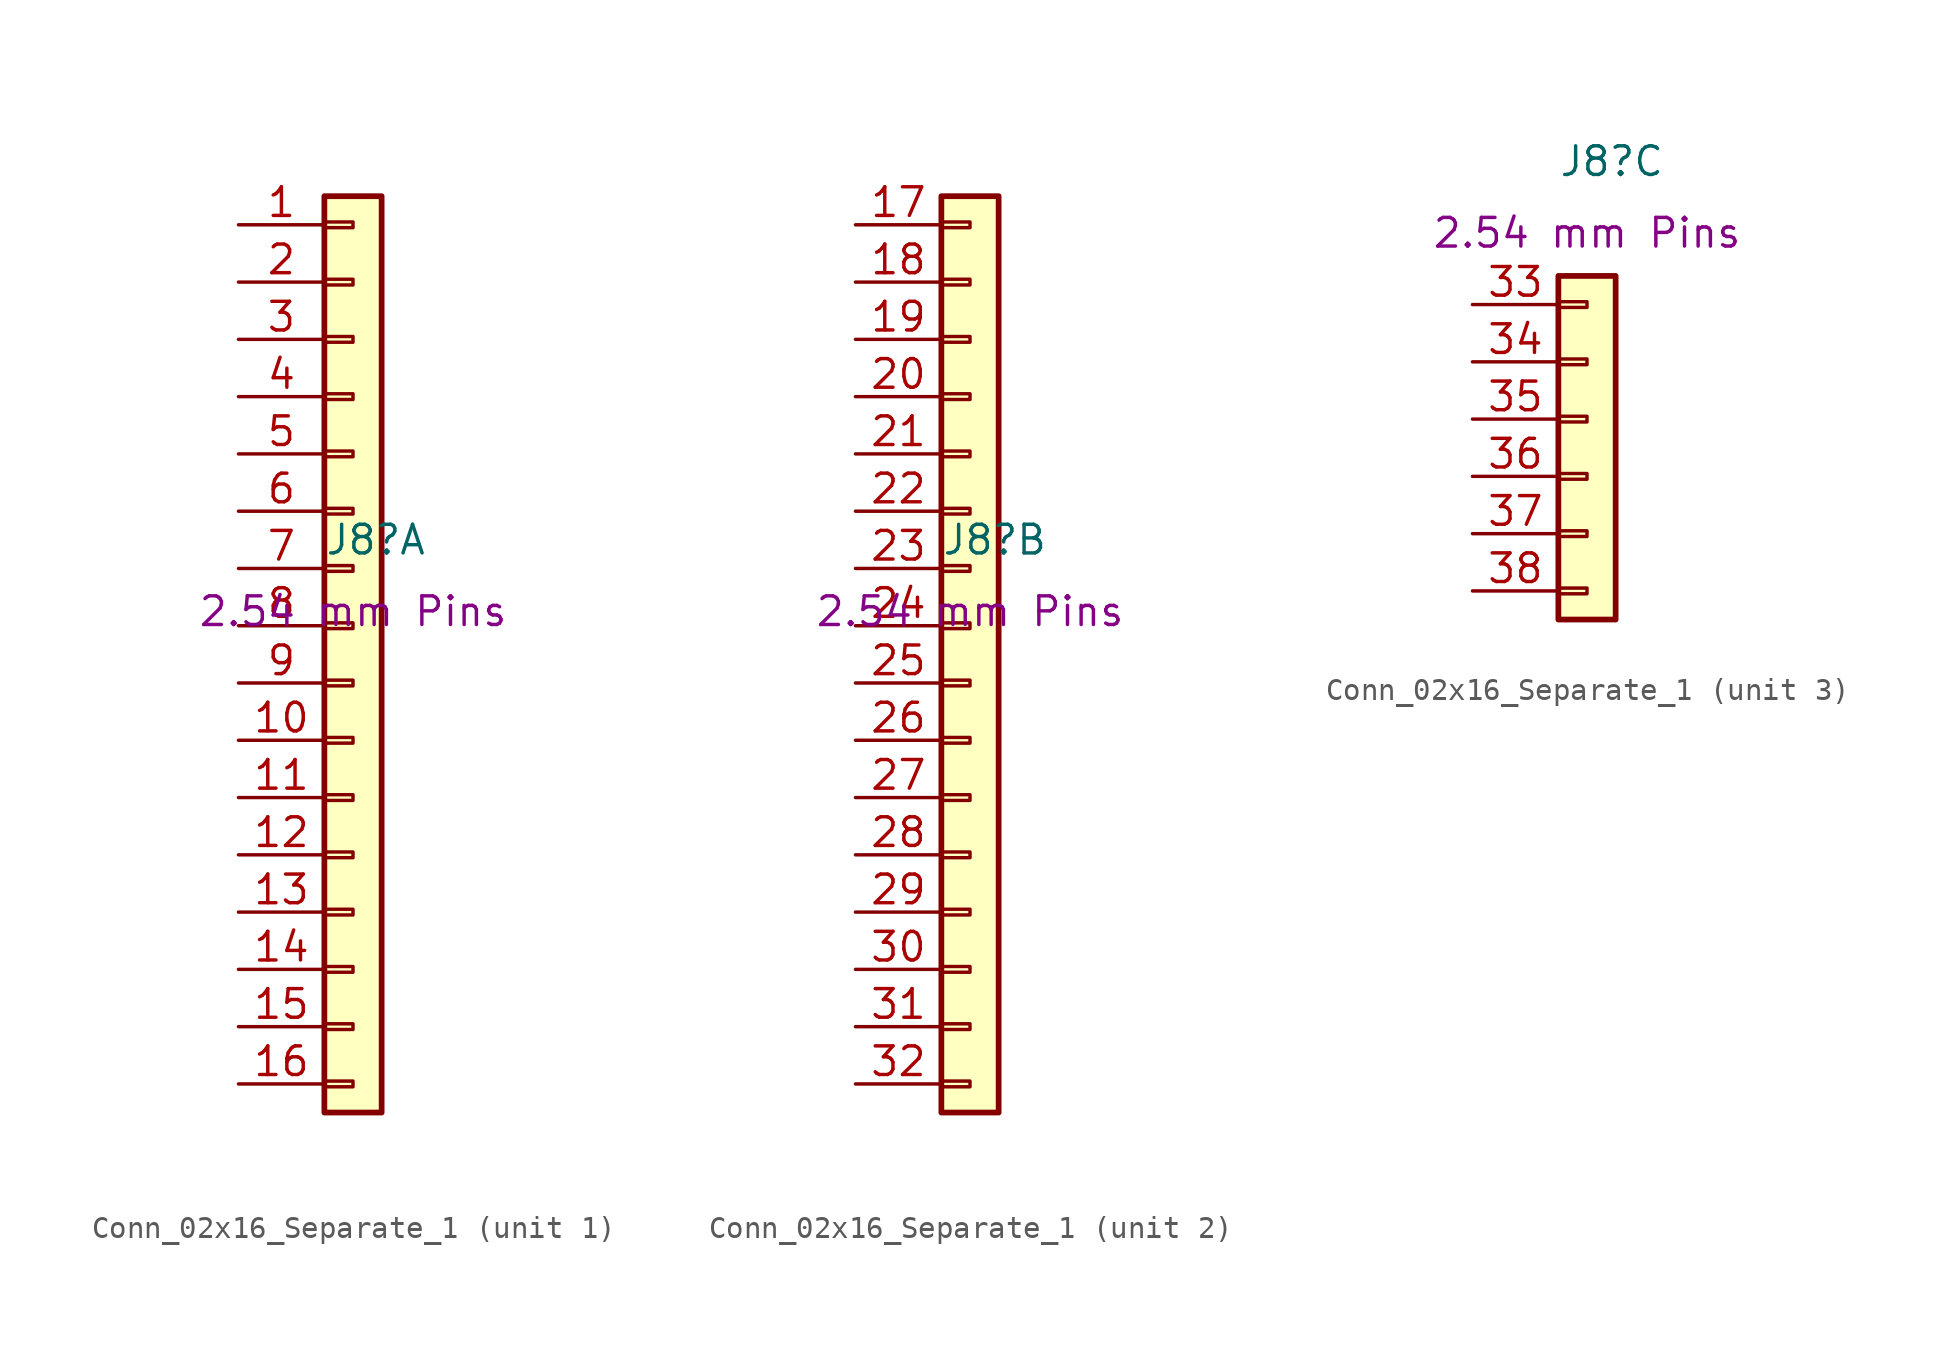
<source format=kicad_sym>
(kicad_symbol_lib
  (version 20211014)
  (generator kicad_symbol_editor)
  (symbol "Conn_02x16_Separate_1"
    (property "Reference" "J8"
      (at -1.27 5.08 0)
      (effects (font (size 1.27 1.27)) (justify left)))
    (property "Field4" "2.54 mm Pins"
      (at 0 1.905 0)
      (effects (font (size 1.27 1.27))))
    (property "ki_locked" ""
      (at 0 0 0)
      (effects (font (size 1.27 1.27))))
    (symbol "Conn_02x16_Separate_1_1_1"
      (rectangle (start -1.27 -18.923) (end 0 -19.177) (stroke (width 0.152) (type default) (color 0 0 0 0)) (fill (type none)))
      (rectangle (start -1.27 -16.383) (end 0 -16.637) (stroke (width 0.152) (type default) (color 0 0 0 0)) (fill (type none)))
      (rectangle (start -1.27 -13.843) (end 0 -14.097) (stroke (width 0.152) (type default) (color 0 0 0 0)) (fill (type none)))
      (rectangle (start -1.27 -11.303) (end 0 -11.557) (stroke (width 0.152) (type default) (color 0 0 0 0)) (fill (type none)))
      (rectangle (start -1.27 -8.763) (end 0 -9.017) (stroke (width 0.152) (type default) (color 0 0 0 0)) (fill (type none)))
      (rectangle (start -1.27 -6.223) (end 0 -6.477) (stroke (width 0.152) (type default) (color 0 0 0 0)) (fill (type none)))
      (rectangle (start -1.27 -3.683) (end 0 -3.937) (stroke (width 0.152) (type default) (color 0 0 0 0)) (fill (type none)))
      (rectangle (start -1.27 -1.143) (end 0 -1.397) (stroke (width 0.152) (type default) (color 0 0 0 0)) (fill (type none)))
      (rectangle (start -1.27 1.397) (end 0 1.143) (stroke (width 0.152) (type default) (color 0 0 0 0)) (fill (type none)))
      (rectangle (start -1.27 3.937) (end 0 3.683) (stroke (width 0.152) (type default) (color 0 0 0 0)) (fill (type none)))
      (rectangle (start -1.27 6.477) (end 0 6.223) (stroke (width 0.152) (type default) (color 0 0 0 0)) (fill (type none)))
      (rectangle (start -1.27 9.017) (end 0 8.763) (stroke (width 0.152) (type default) (color 0 0 0 0)) (fill (type none)))
      (rectangle (start -1.27 11.557) (end 0 11.303) (stroke (width 0.152) (type default) (color 0 0 0 0)) (fill (type none)))
      (rectangle (start -1.27 14.097) (end 0 13.843) (stroke (width 0.152) (type default) (color 0 0 0 0)) (fill (type none)))
      (rectangle (start -1.27 16.637) (end 0 16.383) (stroke (width 0.152) (type default) (color 0 0 0 0)) (fill (type none)))
      (rectangle (start -1.27 19.177) (end 0 18.923) (stroke (width 0.152) (type default) (color 0 0 0 0)) (fill (type none)))
      (rectangle (start -1.27 20.32) (end 1.27 -20.32) (stroke (width 0.254) (type default) (color 0 0 0 0)) (fill (type background)))
      (pin passive line (at -5.08 19.05 0) (length 3.81) (name "" (effects (font (size 1.27 1.27)))) (number "1" (effects (font (size 1.27 1.27)))))
      (pin passive line (at -5.08 -3.81 0) (length 3.81) (name "" (effects (font (size 1.27 1.27)))) (number "10" (effects (font (size 1.27 1.27)))))
      (pin passive line (at -5.08 -6.35 0) (length 3.81) (name "" (effects (font (size 1.27 1.27)))) (number "11" (effects (font (size 1.27 1.27)))))
      (pin passive line (at -5.08 -8.89 0) (length 3.81) (name "" (effects (font (size 1.27 1.27)))) (number "12" (effects (font (size 1.27 1.27)))))
      (pin passive line (at -5.08 -11.43 0) (length 3.81) (name "" (effects (font (size 1.27 1.27)))) (number "13" (effects (font (size 1.27 1.27)))))
      (pin passive line (at -5.08 -13.97 0) (length 3.81) (name "" (effects (font (size 1.27 1.27)))) (number "14" (effects (font (size 1.27 1.27)))))
      (pin passive line (at -5.08 -16.51 0) (length 3.81) (name "" (effects (font (size 1.27 1.27)))) (number "15" (effects (font (size 1.27 1.27)))))
      (pin passive line (at -5.08 -19.05 0) (length 3.81) (name "" (effects (font (size 1.27 1.27)))) (number "16" (effects (font (size 1.27 1.27)))))
      (pin passive line (at -5.08 16.51 0) (length 3.81) (name "" (effects (font (size 1.27 1.27)))) (number "2" (effects (font (size 1.27 1.27)))))
      (pin passive line (at -5.08 13.97 0) (length 3.81) (name "" (effects (font (size 1.27 1.27)))) (number "3" (effects (font (size 1.27 1.27)))))
      (pin passive line (at -5.08 11.43 0) (length 3.81) (name "" (effects (font (size 1.27 1.27)))) (number "4" (effects (font (size 1.27 1.27)))))
      (pin passive line (at -5.08 8.89 0) (length 3.81) (name "" (effects (font (size 1.27 1.27)))) (number "5" (effects (font (size 1.27 1.27)))))
      (pin passive line (at -5.08 6.35 0) (length 3.81) (name "" (effects (font (size 1.27 1.27)))) (number "6" (effects (font (size 1.27 1.27)))))
      (pin passive line (at -5.08 3.81 0) (length 3.81) (name "" (effects (font (size 1.27 1.27)))) (number "7" (effects (font (size 1.27 1.27)))))
      (pin passive line (at -5.08 1.27 0) (length 3.81) (name "" (effects (font (size 1.27 1.27)))) (number "8" (effects (font (size 1.27 1.27)))))
      (pin passive line (at -5.08 -1.27 0) (length 3.81) (name "" (effects (font (size 1.27 1.27)))) (number "9" (effects (font (size 1.27 1.27))))))
    (symbol "Conn_02x16_Separate_1_2_1"
      (rectangle (start -1.27 -18.923) (end 0 -19.177) (stroke (width 0.152) (type default) (color 0 0 0 0)) (fill (type none)))
      (rectangle (start -1.27 -16.383) (end 0 -16.637) (stroke (width 0.152) (type default) (color 0 0 0 0)) (fill (type none)))
      (rectangle (start -1.27 -13.843) (end 0 -14.097) (stroke (width 0.152) (type default) (color 0 0 0 0)) (fill (type none)))
      (rectangle (start -1.27 -11.303) (end 0 -11.557) (stroke (width 0.152) (type default) (color 0 0 0 0)) (fill (type none)))
      (rectangle (start -1.27 -8.763) (end 0 -9.017) (stroke (width 0.152) (type default) (color 0 0 0 0)) (fill (type none)))
      (rectangle (start -1.27 -6.223) (end 0 -6.477) (stroke (width 0.152) (type default) (color 0 0 0 0)) (fill (type none)))
      (rectangle (start -1.27 -3.683) (end 0 -3.937) (stroke (width 0.152) (type default) (color 0 0 0 0)) (fill (type none)))
      (rectangle (start -1.27 -1.143) (end 0 -1.397) (stroke (width 0.152) (type default) (color 0 0 0 0)) (fill (type none)))
      (rectangle (start -1.27 1.397) (end 0 1.143) (stroke (width 0.152) (type default) (color 0 0 0 0)) (fill (type none)))
      (rectangle (start -1.27 3.937) (end 0 3.683) (stroke (width 0.152) (type default) (color 0 0 0 0)) (fill (type none)))
      (rectangle (start -1.27 6.477) (end 0 6.223) (stroke (width 0.152) (type default) (color 0 0 0 0)) (fill (type none)))
      (rectangle (start -1.27 9.017) (end 0 8.763) (stroke (width 0.152) (type default) (color 0 0 0 0)) (fill (type none)))
      (rectangle (start -1.27 11.557) (end 0 11.303) (stroke (width 0.152) (type default) (color 0 0 0 0)) (fill (type none)))
      (rectangle (start -1.27 14.097) (end 0 13.843) (stroke (width 0.152) (type default) (color 0 0 0 0)) (fill (type none)))
      (rectangle (start -1.27 16.637) (end 0 16.383) (stroke (width 0.152) (type default) (color 0 0 0 0)) (fill (type none)))
      (rectangle (start -1.27 19.177) (end 0 18.923) (stroke (width 0.152) (type default) (color 0 0 0 0)) (fill (type none)))
      (rectangle (start -1.27 20.32) (end 1.27 -20.32) (stroke (width 0.254) (type default) (color 0 0 0 0)) (fill (type background)))
      (pin passive line (at -5.08 19.05 0) (length 3.81) (name "" (effects (font (size 1.27 1.27)))) (number "17" (effects (font (size 1.27 1.27)))))
      (pin passive line (at -5.08 16.51 0) (length 3.81) (name "" (effects (font (size 1.27 1.27)))) (number "18" (effects (font (size 1.27 1.27)))))
      (pin passive line (at -5.08 13.97 0) (length 3.81) (name "" (effects (font (size 1.27 1.27)))) (number "19" (effects (font (size 1.27 1.27)))))
      (pin passive line (at -5.08 11.43 0) (length 3.81) (name "" (effects (font (size 1.27 1.27)))) (number "20" (effects (font (size 1.27 1.27)))))
      (pin passive line (at -5.08 8.89 0) (length 3.81) (name "" (effects (font (size 1.27 1.27)))) (number "21" (effects (font (size 1.27 1.27)))))
      (pin passive line (at -5.08 6.35 0) (length 3.81) (name "" (effects (font (size 1.27 1.27)))) (number "22" (effects (font (size 1.27 1.27)))))
      (pin passive line (at -5.08 3.81 0) (length 3.81) (name "" (effects (font (size 1.27 1.27)))) (number "23" (effects (font (size 1.27 1.27)))))
      (pin passive line (at -5.08 1.27 0) (length 3.81) (name "" (effects (font (size 1.27 1.27)))) (number "24" (effects (font (size 1.27 1.27)))))
      (pin passive line (at -5.08 -1.27 0) (length 3.81) (name "" (effects (font (size 1.27 1.27)))) (number "25" (effects (font (size 1.27 1.27)))))
      (pin passive line (at -5.08 -3.81 0) (length 3.81) (name "" (effects (font (size 1.27 1.27)))) (number "26" (effects (font (size 1.27 1.27)))))
      (pin passive line (at -5.08 -6.35 0) (length 3.81) (name "" (effects (font (size 1.27 1.27)))) (number "27" (effects (font (size 1.27 1.27)))))
      (pin passive line (at -5.08 -8.89 0) (length 3.81) (name "" (effects (font (size 1.27 1.27)))) (number "28" (effects (font (size 1.27 1.27)))))
      (pin passive line (at -5.08 -11.43 0) (length 3.81) (name "" (effects (font (size 1.27 1.27)))) (number "29" (effects (font (size 1.27 1.27)))))
      (pin passive line (at -5.08 -13.97 0) (length 3.81) (name "" (effects (font (size 1.27 1.27)))) (number "30" (effects (font (size 1.27 1.27)))))
      (pin passive line (at -5.08 -16.51 0) (length 3.81) (name "" (effects (font (size 1.27 1.27)))) (number "31" (effects (font (size 1.27 1.27)))))
      (pin passive line (at -5.08 -19.05 0) (length 3.81) (name "" (effects (font (size 1.27 1.27)))) (number "32" (effects (font (size 1.27 1.27))))))
    (symbol "Conn_02x16_Separate_1_3_1"
      (rectangle (start 0 -13.843) (end -1.27 -14.097) (stroke (width 0.152) (type default) (color 0 0 0 0)) (fill (type none)))
      (rectangle (start 0 -11.303) (end -1.27 -11.557) (stroke (width 0.152) (type default) (color 0 0 0 0)) (fill (type none)))
      (rectangle (start 0 -8.763) (end -1.27 -9.017) (stroke (width 0.152) (type default) (color 0 0 0 0)) (fill (type none)))
      (rectangle (start 0 -6.223) (end -1.27 -6.477) (stroke (width 0.152) (type default) (color 0 0 0 0)) (fill (type none)))
      (rectangle (start 0 -3.683) (end -1.27 -3.937) (stroke (width 0.152) (type default) (color 0 0 0 0)) (fill (type none)))
      (rectangle (start 0 -1.143) (end -1.27 -1.397) (stroke (width 0.152) (type default) (color 0 0 0 0)) (fill (type none)))
      (rectangle (start 1.27 0) (end -1.27 -15.24) (stroke (width 0.254) (type default) (color 0 0 0 0)) (fill (type background)))
      (pin passive line (at -5.08 -1.27 0) (length 3.81) (name "" (effects (font (size 1.27 1.27)))) (number "33" (effects (font (size 1.27 1.27)))))
      (pin passive line (at -5.08 -3.81 0) (length 3.81) (name "" (effects (font (size 1.27 1.27)))) (number "34" (effects (font (size 1.27 1.27)))))
      (pin passive line (at -5.08 -6.35 0) (length 3.81) (name "" (effects (font (size 1.27 1.27)))) (number "35" (effects (font (size 1.27 1.27)))))
      (pin passive line (at -5.08 -8.89 0) (length 3.81) (name "" (effects (font (size 1.27 1.27)))) (number "36" (effects (font (size 1.27 1.27)))))
      (pin passive line (at -5.08 -11.43 0) (length 3.81) (name "" (effects (font (size 1.27 1.27)))) (number "37" (effects (font (size 1.27 1.27)))))
      (pin passive line (at -5.08 -13.97 0) (length 3.81) (name "" (effects (font (size 1.27 1.27)))) (number "38" (effects (font (size 1.27 1.27))))))))
</source>
